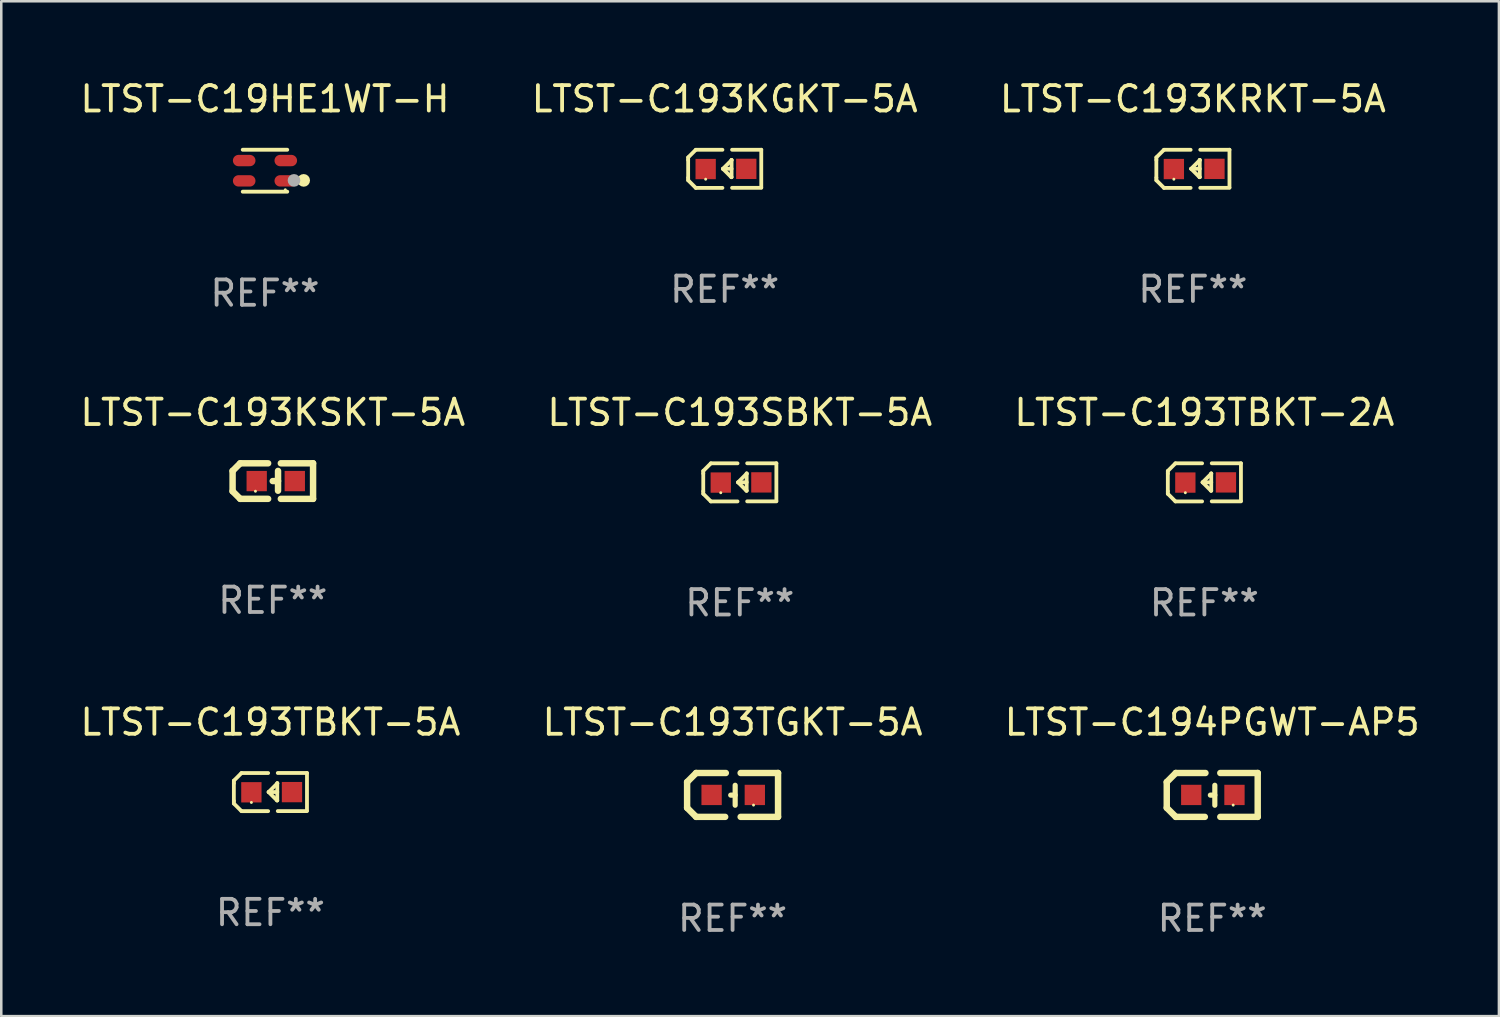
<source format=kicad_pcb>
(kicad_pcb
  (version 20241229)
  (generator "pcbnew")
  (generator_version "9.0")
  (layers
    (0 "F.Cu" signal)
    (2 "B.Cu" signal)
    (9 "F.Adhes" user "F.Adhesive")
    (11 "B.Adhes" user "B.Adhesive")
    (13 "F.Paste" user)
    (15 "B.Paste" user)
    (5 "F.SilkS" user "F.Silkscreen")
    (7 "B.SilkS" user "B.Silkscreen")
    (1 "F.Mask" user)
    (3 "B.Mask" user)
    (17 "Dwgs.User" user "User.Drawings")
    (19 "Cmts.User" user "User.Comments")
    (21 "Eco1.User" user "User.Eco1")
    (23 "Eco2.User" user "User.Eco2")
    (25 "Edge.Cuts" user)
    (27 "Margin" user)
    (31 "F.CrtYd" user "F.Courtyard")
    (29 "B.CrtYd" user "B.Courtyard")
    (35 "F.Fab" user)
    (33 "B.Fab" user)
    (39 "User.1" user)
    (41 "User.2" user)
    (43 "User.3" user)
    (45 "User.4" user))
  (footprint "LTST-C194PGWT-AP5"
    (layer "F.Cu")
    (at 44.696 28.26)
    (property "Reference" "LTST-C194PGWT-AP5" (at 0 -2.864 0) (layer "F.SilkS") (effects (font (size 1 1) (thickness 0.15))))
    (attr through_hole)
    (fp_line (start -1.791 -0.508) (end -1.435 -0.864) (stroke (width 0.254) (type solid)) (layer "F.SilkS"))
    (fp_line (start -1.791 0.508) (end -1.791 -0.508) (stroke (width 0.254) (type solid)) (layer "F.SilkS"))
    (fp_line (start -1.435 0.864) (end -1.791 0.508) (stroke (width 0.254) (type solid)) (layer "F.SilkS"))
    (fp_line (start -0.292 0.864) (end -1.435 0.864) (stroke (width 0.254) (type solid)) (layer "F.SilkS"))
    (fp_line (start -0.267 -0.864) (end -1.435 -0.864) (stroke (width 0.254) (type solid)) (layer "F.SilkS"))
    (fp_line (start 0.102 0.008) (end -0.074 0.008) (stroke (width 0.203) (type solid)) (layer "F.SilkS"))
    (fp_line (start 0.102 0.406) (end 0.102 -0.381) (stroke (width 0.203) (type solid)) (layer "F.SilkS"))
    (fp_line (start 1.791 -0.864) (end 0.318 -0.864) (stroke (width 0.254) (type solid)) (layer "F.SilkS"))
    (fp_line (start 1.791 0.864) (end 0.318 0.864) (stroke (width 0.254) (type solid)) (layer "F.SilkS"))
    (fp_line (start 1.791 0.864) (end 1.791 -0.864) (stroke (width 0.254) (type solid)) (layer "F.SilkS"))
    (fp_circle (center 0.825 0.4) (end 0.855 0.4) (stroke (width 0.06) (type solid)) (fill no) (layer "F.SilkS"))
    (fp_text user "REF**" (at 0 4.864 0) (layer "F.Fab") (effects (font (size 1 1) (thickness 0.15))))
    (pad "1" smd rect (at 0.876 0 90) (size 0.8 0.8) (layers "F.Cu" "F.Mask" "F.Paste"))
    (pad "2" smd rect (at -0.826 0 90) (size 0.8 0.8) (layers "F.Cu" "F.Mask" "F.Paste")))
  (footprint "LTST-C193KSKT-5A"
    (layer "F.Cu")
    (at 7.696 15.898)
    (property "Reference" "LTST-C193KSKT-5A" (at 0 -2.701 0) (layer "F.SilkS") (effects (font (size 1 1) (thickness 0.15))))
    (attr through_hole)
    (fp_line (start -1.585 -0.4) (end -1.585 0.4) (stroke (width 0.254) (type solid)) (layer "F.SilkS"))
    (fp_line (start -1.585 0.4) (end -1.285 0.7) (stroke (width 0.254) (type solid)) (layer "F.SilkS"))
    (fp_line (start -1.285 -0.7) (end -1.585 -0.4) (stroke (width 0.254) (type solid)) (layer "F.SilkS"))
    (fp_line (start -1.285 0.7) (end -0.185 0.7) (stroke (width 0.254) (type solid)) (layer "F.SilkS"))
    (fp_line (start -0.185 -0.7) (end -1.285 -0.7) (stroke (width 0.254) (type solid)) (layer "F.SilkS"))
    (fp_line (start 0.205 -0.4) (end 0.205 0.38) (stroke (width 0.254) (type solid)) (layer "F.SilkS"))
    (fp_line (start 0.205 -0.002) (end -0.004 -0.000102) (stroke (width 0.254) (type solid)) (layer "F.SilkS"))
    (fp_line (start 0.315 -0.701) (end 1.585 -0.701) (stroke (width 0.254) (type solid)) (layer "F.SilkS"))
    (fp_line (start 1.585 -0.701) (end 1.585 0.701) (stroke (width 0.254) (type solid)) (layer "F.SilkS"))
    (fp_line (start 1.585 0.701) (end 0.315 0.701) (stroke (width 0.254) (type solid)) (layer "F.SilkS"))
    (fp_circle (center -0.685 0.4) (end -0.655 0.4) (stroke (width 0.06) (type solid)) (fill no) (layer "F.SilkS"))
    (fp_text user "REF**" (at 0 4.701 0) (layer "F.Fab") (effects (font (size 1 1) (thickness 0.15))))
    (pad "1" smd rect (at -0.635 0) (size 0.8 0.8) (layers "F.Cu" "F.Mask" "F.Paste"))
    (pad "2" smd rect (at 0.865 0) (size 0.8 0.8) (layers "F.Cu" "F.Mask" "F.Paste")))
  (footprint "LTST-C193TBKT-5A"
    (layer "F.Cu")
    (at 7.601 28.147)
    (property "Reference" "LTST-C193TBKT-5A" (at 0 -2.751 0) (layer "F.SilkS") (effects (font (size 1 1) (thickness 0.15))))
    (attr through_hole)
    (fp_line (start -1.44 -0.449) (end -1.14 -0.749) (stroke (width 0.15) (type solid)) (layer "F.SilkS"))
    (fp_line (start -1.44 -0.349) (end -1.44 -0.449) (stroke (width 0.15) (type solid)) (layer "F.SilkS"))
    (fp_line (start -1.44 -0.349) (end -1.44 0.351) (stroke (width 0.15) (type solid)) (layer "F.SilkS"))
    (fp_line (start -1.44 0.351) (end -1.44 0.451) (stroke (width 0.15) (type solid)) (layer "F.SilkS"))
    (fp_line (start -1.44 0.451) (end -1.14 0.751) (stroke (width 0.15) (type solid)) (layer "F.SilkS"))
    (fp_line (start -0.09 -0.749) (end -1.14 -0.749) (stroke (width 0.15) (type solid)) (layer "F.SilkS"))
    (fp_line (start -0.09 0.751) (end -1.14 0.751) (stroke (width 0.15) (type solid)) (layer "F.SilkS"))
    (fp_line (start 0.26 0.329) (end -0.07 -0.001) (stroke (width 0.15) (type solid)) (layer "F.SilkS"))
    (fp_line (start 0.27 -0.351) (end 0.27 -0.341) (stroke (width 0.15) (type solid)) (layer "F.SilkS"))
    (fp_line (start 0.27 -0.351) (end 0.27 0.329) (stroke (width 0.15) (type solid)) (layer "F.SilkS"))
    (fp_line (start 0.27 -0.341) (end -0.07 -0.001) (stroke (width 0.15) (type solid)) (layer "F.SilkS"))
    (fp_line (start 0.27 -0.001) (end -0.07 -0.001) (stroke (width 0.15) (type solid)) (layer "F.SilkS"))
    (fp_line (start 0.27 0.329) (end 0.26 0.329) (stroke (width 0.15) (type solid)) (layer "F.SilkS"))
    (fp_line (start 0.29 -0.751) (end 1.44 -0.751) (stroke (width 0.15) (type solid)) (layer "F.SilkS"))
    (fp_line (start 0.29 0.749) (end 1.44 0.749) (stroke (width 0.15) (type solid)) (layer "F.SilkS"))
    (fp_line (start 1.44 -0.751) (end 1.44 0.729) (stroke (width 0.15) (type solid)) (layer "F.SilkS"))
    (fp_circle (center -0.75 0.409) (end -0.72 0.409) (stroke (width 0.06) (type solid)) (fill no) (layer "F.SilkS"))
    (fp_text user "REF**" (at 0 4.751 0) (layer "F.Fab") (effects (font (size 1 1) (thickness 0.15))))
    (pad "1" smd rect (at -0.75 0.009 90) (size 0.8 0.8) (layers "F.Cu" "F.Mask" "F.Paste"))
    (pad "2" smd rect (at 0.849 0.002 90) (size 0.8 0.8) (layers "F.Cu" "F.Mask" "F.Paste")))
  (footprint "LTST-C193TBKT-2A"
    (layer "F.Cu")
    (at 44.387 15.948)
    (property "Reference" "LTST-C193TBKT-2A" (at 0 -2.751 0) (layer "F.SilkS") (effects (font (size 1 1) (thickness 0.15))))
    (attr through_hole)
    (fp_line (start -1.44 -0.449) (end -1.14 -0.749) (stroke (width 0.15) (type solid)) (layer "F.SilkS"))
    (fp_line (start -1.44 -0.349) (end -1.44 -0.449) (stroke (width 0.15) (type solid)) (layer "F.SilkS"))
    (fp_line (start -1.44 -0.349) (end -1.44 0.351) (stroke (width 0.15) (type solid)) (layer "F.SilkS"))
    (fp_line (start -1.44 0.351) (end -1.44 0.451) (stroke (width 0.15) (type solid)) (layer "F.SilkS"))
    (fp_line (start -1.44 0.451) (end -1.14 0.751) (stroke (width 0.15) (type solid)) (layer "F.SilkS"))
    (fp_line (start -0.09 -0.749) (end -1.14 -0.749) (stroke (width 0.15) (type solid)) (layer "F.SilkS"))
    (fp_line (start -0.09 0.751) (end -1.14 0.751) (stroke (width 0.15) (type solid)) (layer "F.SilkS"))
    (fp_line (start 0.26 0.329) (end -0.07 -0.001) (stroke (width 0.15) (type solid)) (layer "F.SilkS"))
    (fp_line (start 0.27 -0.351) (end 0.27 -0.341) (stroke (width 0.15) (type solid)) (layer "F.SilkS"))
    (fp_line (start 0.27 -0.351) (end 0.27 0.329) (stroke (width 0.15) (type solid)) (layer "F.SilkS"))
    (fp_line (start 0.27 -0.341) (end -0.07 -0.001) (stroke (width 0.15) (type solid)) (layer "F.SilkS"))
    (fp_line (start 0.27 -0.001) (end -0.07 -0.001) (stroke (width 0.15) (type solid)) (layer "F.SilkS"))
    (fp_line (start 0.27 0.329) (end 0.26 0.329) (stroke (width 0.15) (type solid)) (layer "F.SilkS"))
    (fp_line (start 0.29 -0.751) (end 1.44 -0.751) (stroke (width 0.15) (type solid)) (layer "F.SilkS"))
    (fp_line (start 0.29 0.749) (end 1.44 0.749) (stroke (width 0.15) (type solid)) (layer "F.SilkS"))
    (fp_line (start 1.44 -0.751) (end 1.44 0.729) (stroke (width 0.15) (type solid)) (layer "F.SilkS"))
    (fp_circle (center -0.75 0.409) (end -0.72 0.409) (stroke (width 0.06) (type solid)) (fill no) (layer "F.SilkS"))
    (fp_text user "REF**" (at 0 4.751 0) (layer "F.Fab") (effects (font (size 1 1) (thickness 0.15))))
    (pad "1" smd rect (at -0.75 0.009 90) (size 0.8 0.8) (layers "F.Cu" "F.Mask" "F.Paste"))
    (pad "2" smd rect (at 0.849 0.002 90) (size 0.8 0.8) (layers "F.Cu" "F.Mask" "F.Paste")))
  (footprint "LTST-C193SBKT-5A"
    (layer "F.Cu")
    (at 26.089 15.948)
    (property "Reference" "LTST-C193SBKT-5A" (at 0 -2.751 0) (layer "F.SilkS") (effects (font (size 1 1) (thickness 0.15))))
    (attr through_hole)
    (fp_line (start -1.44 -0.449) (end -1.14 -0.749) (stroke (width 0.15) (type solid)) (layer "F.SilkS"))
    (fp_line (start -1.44 -0.349) (end -1.44 -0.449) (stroke (width 0.15) (type solid)) (layer "F.SilkS"))
    (fp_line (start -1.44 -0.349) (end -1.44 0.351) (stroke (width 0.15) (type solid)) (layer "F.SilkS"))
    (fp_line (start -1.44 0.351) (end -1.44 0.451) (stroke (width 0.15) (type solid)) (layer "F.SilkS"))
    (fp_line (start -1.44 0.451) (end -1.14 0.751) (stroke (width 0.15) (type solid)) (layer "F.SilkS"))
    (fp_line (start -0.09 -0.749) (end -1.14 -0.749) (stroke (width 0.15) (type solid)) (layer "F.SilkS"))
    (fp_line (start -0.09 0.751) (end -1.14 0.751) (stroke (width 0.15) (type solid)) (layer "F.SilkS"))
    (fp_line (start 0.26 0.329) (end -0.07 -0.001) (stroke (width 0.15) (type solid)) (layer "F.SilkS"))
    (fp_line (start 0.27 -0.351) (end 0.27 -0.341) (stroke (width 0.15) (type solid)) (layer "F.SilkS"))
    (fp_line (start 0.27 -0.351) (end 0.27 0.329) (stroke (width 0.15) (type solid)) (layer "F.SilkS"))
    (fp_line (start 0.27 -0.341) (end -0.07 -0.001) (stroke (width 0.15) (type solid)) (layer "F.SilkS"))
    (fp_line (start 0.27 -0.001) (end -0.07 -0.001) (stroke (width 0.15) (type solid)) (layer "F.SilkS"))
    (fp_line (start 0.27 0.329) (end 0.26 0.329) (stroke (width 0.15) (type solid)) (layer "F.SilkS"))
    (fp_line (start 0.29 -0.751) (end 1.44 -0.751) (stroke (width 0.15) (type solid)) (layer "F.SilkS"))
    (fp_line (start 0.29 0.749) (end 1.44 0.749) (stroke (width 0.15) (type solid)) (layer "F.SilkS"))
    (fp_line (start 1.44 -0.751) (end 1.44 0.729) (stroke (width 0.15) (type solid)) (layer "F.SilkS"))
    (fp_circle (center -0.75 0.409) (end -0.72 0.409) (stroke (width 0.06) (type solid)) (fill no) (layer "F.SilkS"))
    (fp_text user "REF**" (at 0 4.751 0) (layer "F.Fab") (effects (font (size 1 1) (thickness 0.15))))
    (pad "1" smd rect (at -0.75 0.009 90) (size 0.8 0.8) (layers "F.Cu" "F.Mask" "F.Paste"))
    (pad "2" smd rect (at 0.849 0.002 90) (size 0.8 0.8) (layers "F.Cu" "F.Mask" "F.Paste")))
  (footprint "LTST-C19HE1WT-H"
    (layer "F.Cu")
    (at 7.387 3.674)
    (property "Reference" "LTST-C19HE1WT-H" (at 0 -2.826 0) (layer "F.SilkS") (effects (font (size 1 1) (thickness 0.15))))
    (attr through_hole)
    (fp_line (start 0.876 -0.826) (end -0.876 -0.826) (stroke (width 0.152) (type solid)) (layer "F.SilkS"))
    (fp_line (start 0.876 0.826) (end -0.876 0.826) (stroke (width 0.152) (type solid)) (layer "F.SilkS"))
    (fp_circle (center 0.8 0.75) (end 0.83 0.75) (stroke (width 0.06) (type solid)) (fill no) (layer "F.SilkS"))
    (fp_circle (center 1.524 0.381) (end 1.649 0.381) (stroke (width 0.25) (type solid)) (fill no) (layer "F.SilkS"))
    (fp_circle (center 1.143 0.381) (end 1.268 0.381) (stroke (width 0.25) (type solid)) (fill no) (layer "F.Fab"))
    (fp_text user "REF**" (at 0 4.826 0) (layer "F.Fab") (effects (font (size 1 1) (thickness 0.15))))
    (pad "1" smd oval (at -0.819 0.4 90) (size 0.448 0.889) (layers "F.Cu" "F.Mask" "F.Paste"))
    (pad "2" smd oval (at -0.819 -0.4 90) (size 0.448 0.889) (layers "F.Cu" "F.Mask" "F.Paste"))
    (pad "3" smd oval (at 0.819 -0.4 90) (size 0.448 0.889) (layers "F.Cu" "F.Mask" "F.Paste"))
    (pad "4" smd oval (at 0.819 0.4 90) (size 0.448 0.889) (layers "F.Cu" "F.Mask" "F.Paste")))
  (footprint "LTST-C193KRKT-5A"
    (layer "F.Cu")
    (at 43.935 3.599)
    (property "Reference" "LTST-C193KRKT-5A" (at 0 -2.751 0) (layer "F.SilkS") (effects (font (size 1 1) (thickness 0.15))))
    (attr through_hole)
    (fp_line (start -1.44 -0.449) (end -1.14 -0.749) (stroke (width 0.15) (type solid)) (layer "F.SilkS"))
    (fp_line (start -1.44 -0.349) (end -1.44 -0.449) (stroke (width 0.15) (type solid)) (layer "F.SilkS"))
    (fp_line (start -1.44 -0.349) (end -1.44 0.351) (stroke (width 0.15) (type solid)) (layer "F.SilkS"))
    (fp_line (start -1.44 0.351) (end -1.44 0.451) (stroke (width 0.15) (type solid)) (layer "F.SilkS"))
    (fp_line (start -1.44 0.451) (end -1.14 0.751) (stroke (width 0.15) (type solid)) (layer "F.SilkS"))
    (fp_line (start -0.09 -0.749) (end -1.14 -0.749) (stroke (width 0.15) (type solid)) (layer "F.SilkS"))
    (fp_line (start -0.09 0.751) (end -1.14 0.751) (stroke (width 0.15) (type solid)) (layer "F.SilkS"))
    (fp_line (start 0.26 0.329) (end -0.07 -0.001) (stroke (width 0.15) (type solid)) (layer "F.SilkS"))
    (fp_line (start 0.27 -0.351) (end 0.27 -0.341) (stroke (width 0.15) (type solid)) (layer "F.SilkS"))
    (fp_line (start 0.27 -0.351) (end 0.27 0.329) (stroke (width 0.15) (type solid)) (layer "F.SilkS"))
    (fp_line (start 0.27 -0.341) (end -0.07 -0.001) (stroke (width 0.15) (type solid)) (layer "F.SilkS"))
    (fp_line (start 0.27 -0.001) (end -0.07 -0.001) (stroke (width 0.15) (type solid)) (layer "F.SilkS"))
    (fp_line (start 0.27 0.329) (end 0.26 0.329) (stroke (width 0.15) (type solid)) (layer "F.SilkS"))
    (fp_line (start 0.29 -0.751) (end 1.44 -0.751) (stroke (width 0.15) (type solid)) (layer "F.SilkS"))
    (fp_line (start 0.29 0.749) (end 1.44 0.749) (stroke (width 0.15) (type solid)) (layer "F.SilkS"))
    (fp_line (start 1.44 -0.751) (end 1.44 0.729) (stroke (width 0.15) (type solid)) (layer "F.SilkS"))
    (fp_circle (center -0.75 0.409) (end -0.72 0.409) (stroke (width 0.06) (type solid)) (fill no) (layer "F.SilkS"))
    (fp_text user "REF**" (at 0 4.751 0) (layer "F.Fab") (effects (font (size 1 1) (thickness 0.15))))
    (pad "1" smd rect (at -0.75 0.009 90) (size 0.8 0.8) (layers "F.Cu" "F.Mask" "F.Paste"))
    (pad "2" smd rect (at 0.849 0.002 90) (size 0.8 0.8) (layers "F.Cu" "F.Mask" "F.Paste")))
  (footprint "LTST-C193KGKT-5A"
    (layer "F.Cu")
    (at 25.494 3.599)
    (property "Reference" "LTST-C193KGKT-5A" (at 0 -2.751 0) (layer "F.SilkS") (effects (font (size 1 1) (thickness 0.15))))
    (attr through_hole)
    (fp_line (start -1.44 -0.449) (end -1.14 -0.749) (stroke (width 0.15) (type solid)) (layer "F.SilkS"))
    (fp_line (start -1.44 -0.349) (end -1.44 -0.449) (stroke (width 0.15) (type solid)) (layer "F.SilkS"))
    (fp_line (start -1.44 -0.349) (end -1.44 0.351) (stroke (width 0.15) (type solid)) (layer "F.SilkS"))
    (fp_line (start -1.44 0.351) (end -1.44 0.451) (stroke (width 0.15) (type solid)) (layer "F.SilkS"))
    (fp_line (start -1.44 0.451) (end -1.14 0.751) (stroke (width 0.15) (type solid)) (layer "F.SilkS"))
    (fp_line (start -0.09 -0.749) (end -1.14 -0.749) (stroke (width 0.15) (type solid)) (layer "F.SilkS"))
    (fp_line (start -0.09 0.751) (end -1.14 0.751) (stroke (width 0.15) (type solid)) (layer "F.SilkS"))
    (fp_line (start 0.26 0.329) (end -0.07 -0.001) (stroke (width 0.15) (type solid)) (layer "F.SilkS"))
    (fp_line (start 0.27 -0.351) (end 0.27 -0.341) (stroke (width 0.15) (type solid)) (layer "F.SilkS"))
    (fp_line (start 0.27 -0.351) (end 0.27 0.329) (stroke (width 0.15) (type solid)) (layer "F.SilkS"))
    (fp_line (start 0.27 -0.341) (end -0.07 -0.001) (stroke (width 0.15) (type solid)) (layer "F.SilkS"))
    (fp_line (start 0.27 -0.001) (end -0.07 -0.001) (stroke (width 0.15) (type solid)) (layer "F.SilkS"))
    (fp_line (start 0.27 0.329) (end 0.26 0.329) (stroke (width 0.15) (type solid)) (layer "F.SilkS"))
    (fp_line (start 0.29 -0.751) (end 1.44 -0.751) (stroke (width 0.15) (type solid)) (layer "F.SilkS"))
    (fp_line (start 0.29 0.749) (end 1.44 0.749) (stroke (width 0.15) (type solid)) (layer "F.SilkS"))
    (fp_line (start 1.44 -0.751) (end 1.44 0.729) (stroke (width 0.15) (type solid)) (layer "F.SilkS"))
    (fp_circle (center -0.75 0.409) (end -0.72 0.409) (stroke (width 0.06) (type solid)) (fill no) (layer "F.SilkS"))
    (fp_text user "REF**" (at 0 4.751 0) (layer "F.Fab") (effects (font (size 1 1) (thickness 0.15))))
    (pad "1" smd rect (at -0.75 0.009 90) (size 0.8 0.8) (layers "F.Cu" "F.Mask" "F.Paste"))
    (pad "2" smd rect (at 0.849 0.002 90) (size 0.8 0.8) (layers "F.Cu" "F.Mask" "F.Paste")))
  (footprint "LTST-C193TGKT-5A"
    (layer "F.Cu")
    (at 25.804 28.26)
    (property "Reference" "LTST-C193TGKT-5A" (at 0 -2.864 0) (layer "F.SilkS") (effects (font (size 1 1) (thickness 0.15))))
    (attr through_hole)
    (fp_line (start -1.791 -0.508) (end -1.435 -0.864) (stroke (width 0.254) (type solid)) (layer "F.SilkS"))
    (fp_line (start -1.791 0.508) (end -1.791 -0.508) (stroke (width 0.254) (type solid)) (layer "F.SilkS"))
    (fp_line (start -1.435 0.864) (end -1.791 0.508) (stroke (width 0.254) (type solid)) (layer "F.SilkS"))
    (fp_line (start -0.292 0.864) (end -1.435 0.864) (stroke (width 0.254) (type solid)) (layer "F.SilkS"))
    (fp_line (start -0.267 -0.864) (end -1.435 -0.864) (stroke (width 0.254) (type solid)) (layer "F.SilkS"))
    (fp_line (start 0.102 0.008) (end -0.074 0.008) (stroke (width 0.203) (type solid)) (layer "F.SilkS"))
    (fp_line (start 0.102 0.406) (end 0.102 -0.381) (stroke (width 0.203) (type solid)) (layer "F.SilkS"))
    (fp_line (start 1.791 -0.864) (end 0.318 -0.864) (stroke (width 0.254) (type solid)) (layer "F.SilkS"))
    (fp_line (start 1.791 0.864) (end 0.318 0.864) (stroke (width 0.254) (type solid)) (layer "F.SilkS"))
    (fp_line (start 1.791 0.864) (end 1.791 -0.864) (stroke (width 0.254) (type solid)) (layer "F.SilkS"))
    (fp_circle (center 0.825 0.4) (end 0.855 0.4) (stroke (width 0.06) (type solid)) (fill no) (layer "F.SilkS"))
    (fp_text user "REF**" (at 0 4.864 0) (layer "F.Fab") (effects (font (size 1 1) (thickness 0.15))))
    (pad "1" smd rect (at 0.876 0 90) (size 0.8 0.8) (layers "F.Cu" "F.Mask" "F.Paste"))
    (pad "2" smd rect (at -0.826 0 90) (size 0.8 0.8) (layers "F.Cu" "F.Mask" "F.Paste")))
  (gr_rect
    (start -3 -3)
    (end 55.988 36.972)
    (stroke (width 0.1) (type default))
    (fill no)
    (layer "Edge.Cuts")))
</source>
